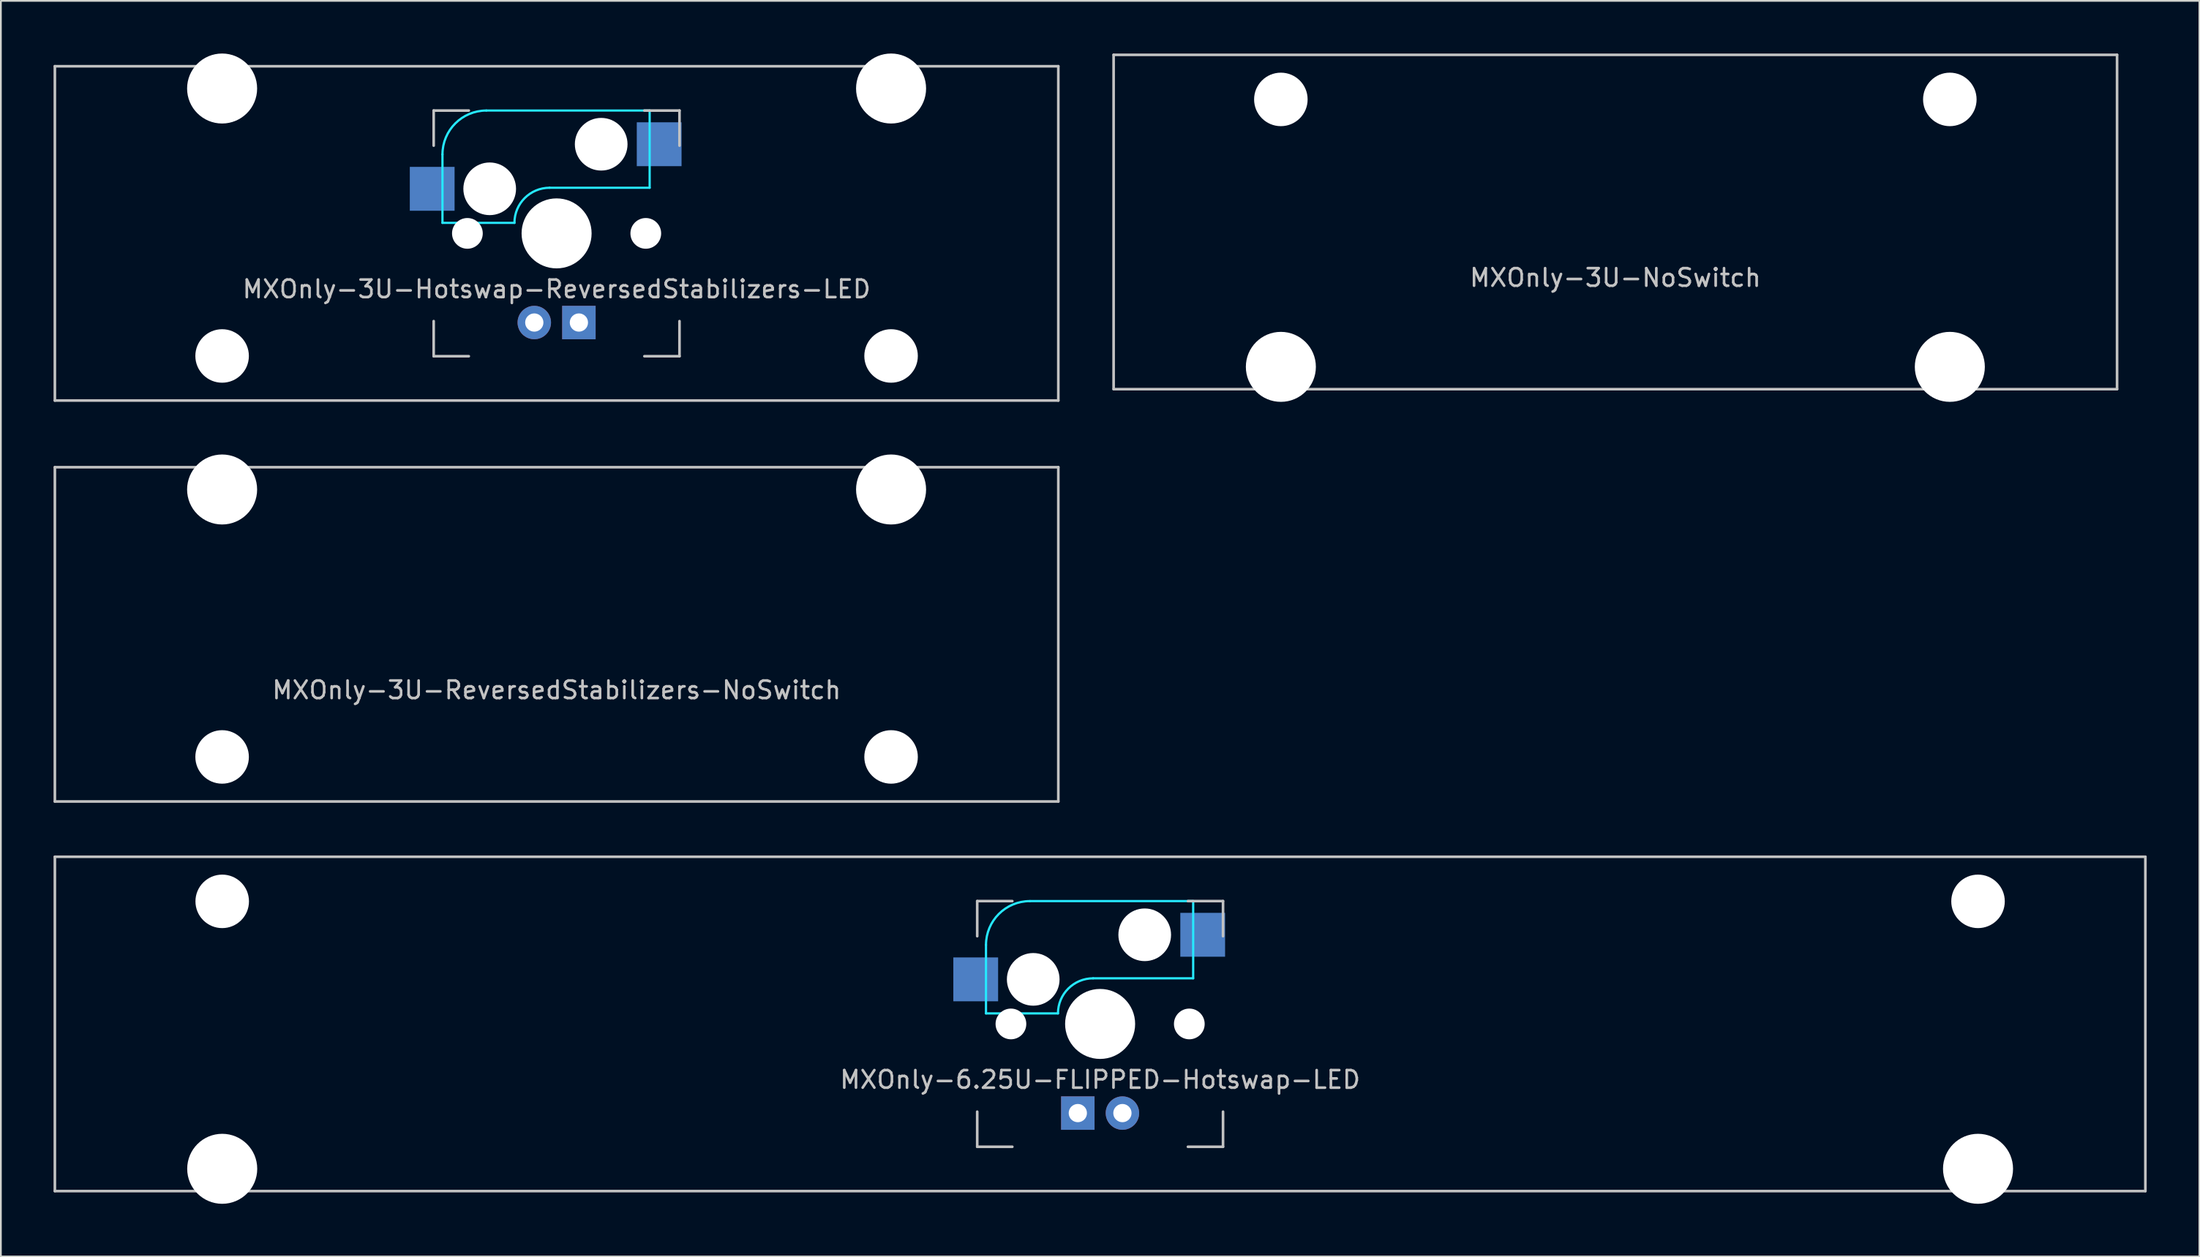
<source format=kicad_pcb>
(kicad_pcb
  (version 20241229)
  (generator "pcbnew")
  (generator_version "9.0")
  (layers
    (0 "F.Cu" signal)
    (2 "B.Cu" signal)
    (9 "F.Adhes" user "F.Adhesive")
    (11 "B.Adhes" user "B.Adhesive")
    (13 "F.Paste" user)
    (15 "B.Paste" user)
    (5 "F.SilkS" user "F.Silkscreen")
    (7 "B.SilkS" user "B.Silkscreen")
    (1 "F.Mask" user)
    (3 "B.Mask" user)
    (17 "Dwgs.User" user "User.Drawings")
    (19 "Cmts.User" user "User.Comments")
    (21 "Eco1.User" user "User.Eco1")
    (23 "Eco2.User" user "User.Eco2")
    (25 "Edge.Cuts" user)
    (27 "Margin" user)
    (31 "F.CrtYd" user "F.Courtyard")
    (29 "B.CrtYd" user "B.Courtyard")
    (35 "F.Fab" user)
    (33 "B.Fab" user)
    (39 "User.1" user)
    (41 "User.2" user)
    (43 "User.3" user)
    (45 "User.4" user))
  (footprint "MXOnly-3U-NoSwitch"
    (layer "F.Cu")
    (at 88.95 9.6)
    (property "Reference" "MXOnly-3U-NoSwitch" (at 0 3.175 0) (layer "Dwgs.User") (effects (font (size 1 1) (thickness 0.15))))
    (attr through_hole)
    (fp_line (start -28.575 -9.525) (end 28.575 -9.525) (stroke (width 0.15) (type solid)) (layer "Dwgs.User"))
    (fp_line (start -28.575 9.525) (end -28.575 -9.525) (stroke (width 0.15) (type solid)) (layer "Dwgs.User"))
    (fp_line (start -28.575 9.525) (end 28.575 9.525) (stroke (width 0.15) (type solid)) (layer "Dwgs.User"))
    (fp_line (start 28.575 -9.525) (end 28.575 9.525) (stroke (width 0.15) (type solid)) (layer "Dwgs.User"))
    (pad "" np_thru_hole circle (at -19.05 -6.985) (size 3.048 3.048) (drill 3.048) (layers "*.Cu" "*.Mask"))
    (pad "" np_thru_hole circle (at -19.05 8.255) (size 3.988 3.988) (drill 3.988) (layers "*.Cu" "*.Mask"))
    (pad "" np_thru_hole circle (at 19.05 -6.985) (size 3.048 3.048) (drill 3.048) (layers "*.Cu" "*.Mask"))
    (pad "" np_thru_hole circle (at 19.05 8.255) (size 3.988 3.988) (drill 3.988) (layers "*.Cu" "*.Mask")))
  (footprint "MXOnly-3U-ReversedStabilizers-NoSwitch"
    (layer "F.Cu")
    (at 28.65 33.098)
    (property "Reference" "MXOnly-3U-ReversedStabilizers-NoSwitch" (at 0 3.175 0) (layer "Dwgs.User") (effects (font (size 1 1) (thickness 0.15))))
    (attr through_hole)
    (fp_line (start -28.575 -9.525) (end 28.575 -9.525) (stroke (width 0.15) (type solid)) (layer "Dwgs.User"))
    (fp_line (start -28.575 9.525) (end -28.575 -9.525) (stroke (width 0.15) (type solid)) (layer "Dwgs.User"))
    (fp_line (start -28.575 9.525) (end 28.575 9.525) (stroke (width 0.15) (type solid)) (layer "Dwgs.User"))
    (fp_line (start 28.575 -9.525) (end 28.575 9.525) (stroke (width 0.15) (type solid)) (layer "Dwgs.User"))
    (pad "" np_thru_hole circle (at -19.05 -8.255) (size 3.988 3.988) (drill 3.988) (layers "*.Cu" "*.Mask"))
    (pad "" np_thru_hole circle (at -19.05 6.985) (size 3.048 3.048) (drill 3.048) (layers "*.Cu" "*.Mask"))
    (pad "" np_thru_hole circle (at 19.05 -8.255) (size 3.988 3.988) (drill 3.988) (layers "*.Cu" "*.Mask"))
    (pad "" np_thru_hole circle (at 19.05 6.985) (size 3.048 3.048) (drill 3.048) (layers "*.Cu" "*.Mask")))
  (footprint "MXOnly-6.25U-FLIPPED-Hotswap-LED"
    (layer "F.Cu")
    (at 59.606 55.298)
    (property "Reference" "MXOnly-6.25U-FLIPPED-Hotswap-LED" (at 0 3.175 0) (layer "Dwgs.User") (effects (font (size 1 1) (thickness 0.15))))
    (attr through_hole)
    (fp_line (start -59.531 -9.525) (end 59.531 -9.525) (stroke (width 0.15) (type solid)) (layer "Dwgs.User"))
    (fp_line (start -59.531 9.525) (end -59.531 -9.525) (stroke (width 0.15) (type solid)) (layer "Dwgs.User"))
    (fp_line (start -59.531 9.525) (end 59.531 9.525) (stroke (width 0.15) (type solid)) (layer "Dwgs.User"))
    (fp_line (start -7 -7) (end -7 -5) (stroke (width 0.15) (type solid)) (layer "Dwgs.User"))
    (fp_line (start -7 5) (end -7 7) (stroke (width 0.15) (type solid)) (layer "Dwgs.User"))
    (fp_line (start -7 7) (end -5 7) (stroke (width 0.15) (type solid)) (layer "Dwgs.User"))
    (fp_line (start -5 -7) (end -7 -7) (stroke (width 0.15) (type solid)) (layer "Dwgs.User"))
    (fp_line (start 5 -7) (end 7 -7) (stroke (width 0.15) (type solid)) (layer "Dwgs.User"))
    (fp_line (start 5 7) (end 7 7) (stroke (width 0.15) (type solid)) (layer "Dwgs.User"))
    (fp_line (start 7 -7) (end 7 -5) (stroke (width 0.15) (type solid)) (layer "Dwgs.User"))
    (fp_line (start 7 7) (end 7 5) (stroke (width 0.15) (type solid)) (layer "Dwgs.User"))
    (fp_line (start 59.531 -9.525) (end 59.531 9.525) (stroke (width 0.15) (type solid)) (layer "Dwgs.User"))
    (fp_line (start -6.5 -4.5) (end -6.5 -0.6) (stroke (width 0.127) (type solid)) (layer "B.CrtYd"))
    (fp_line (start -6.5 -0.6) (end -2.4 -0.6) (stroke (width 0.127) (type solid)) (layer "B.CrtYd"))
    (fp_line (start -0.4 -2.6) (end 5.3 -2.6) (stroke (width 0.127) (type solid)) (layer "B.CrtYd"))
    (fp_line (start 5.3 -7) (end -4 -7) (stroke (width 0.127) (type solid)) (layer "B.CrtYd"))
    (fp_line (start 5.3 -7) (end 5.3 -2.6) (stroke (width 0.127) (type solid)) (layer "B.CrtYd"))
    (fp_arc (start -6.5 -4.5) (mid -5.767767 -6.267767) (end -4 -7) (stroke (width 0.127) (type solid)) (layer "B.CrtYd"))
    (fp_arc (start -2.4 -0.6) (mid -1.814214 -2.014214) (end -0.4 -2.6) (stroke (width 0.127) (type solid)) (layer "B.CrtYd"))
    (pad "" np_thru_hole circle (at -50 -6.985) (size 3.048 3.048) (drill 3.048) (layers "*.Cu" "*.Mask"))
    (pad "" np_thru_hole circle (at -50 8.255) (size 3.988 3.988) (drill 3.988) (layers "*.Cu" "*.Mask"))
    (pad "" np_thru_hole circle (at -5.08 0 48.1) (size 1.75 1.75) (drill 1.75) (layers "*.Cu" "*.Mask"))
    (pad "" np_thru_hole circle (at -3.81 -2.54) (size 3 3) (drill 3) (layers "*.Cu" "*.Mask"))
    (pad "" np_thru_hole circle (at 0 0) (size 3.988 3.988) (drill 3.988) (layers "*.Cu" "*.Mask"))
    (pad "" np_thru_hole circle (at 2.54 -5.08) (size 3 3) (drill 3) (layers "*.Cu" "*.Mask"))
    (pad "" np_thru_hole circle (at 5.08 0 48.1) (size 1.75 1.75) (drill 1.75) (layers "*.Cu" "*.Mask"))
    (pad "" np_thru_hole circle (at 50 -6.985) (size 3.048 3.048) (drill 3.048) (layers "*.Cu" "*.Mask"))
    (pad "" np_thru_hole circle (at 50 8.255) (size 3.988 3.988) (drill 3.988) (layers "*.Cu" "*.Mask"))
    (pad "1" smd rect (at -7.085 -2.54) (size 2.55 2.5) (layers "B.Cu" "B.Mask" "B.Paste"))
    (pad "2" smd rect (at 5.842 -5.08) (size 2.55 2.5) (layers "B.Cu" "B.Mask" "B.Paste"))
    (pad "3" thru_hole circle (at 1.27 5.08 180) (size 1.905 1.905) (drill 1.04) (layers "*.Cu" "B.Mask"))
    (pad "4" thru_hole rect (at -1.27 5.08 180) (size 1.905 1.905) (drill 1.04) (layers "*.Cu" "B.Mask")))
  (footprint "MXOnly-3U-Hotswap-ReversedStabilizers-LED"
    (layer "F.Cu")
    (at 28.65 10.249)
    (property "Reference" "MXOnly-3U-Hotswap-ReversedStabilizers-LED" (at 0 3.175 0) (layer "Dwgs.User") (effects (font (size 1 1) (thickness 0.15))))
    (attr through_hole)
    (fp_line (start -28.575 -9.525) (end 28.575 -9.525) (stroke (width 0.15) (type solid)) (layer "Dwgs.User"))
    (fp_line (start -28.575 9.525) (end -28.575 -9.525) (stroke (width 0.15) (type solid)) (layer "Dwgs.User"))
    (fp_line (start -28.575 9.525) (end 28.575 9.525) (stroke (width 0.15) (type solid)) (layer "Dwgs.User"))
    (fp_line (start -7 -7) (end -7 -5) (stroke (width 0.15) (type solid)) (layer "Dwgs.User"))
    (fp_line (start -7 5) (end -7 7) (stroke (width 0.15) (type solid)) (layer "Dwgs.User"))
    (fp_line (start -7 7) (end -5 7) (stroke (width 0.15) (type solid)) (layer "Dwgs.User"))
    (fp_line (start -5 -7) (end -7 -7) (stroke (width 0.15) (type solid)) (layer "Dwgs.User"))
    (fp_line (start 5 -7) (end 7 -7) (stroke (width 0.15) (type solid)) (layer "Dwgs.User"))
    (fp_line (start 5 7) (end 7 7) (stroke (width 0.15) (type solid)) (layer "Dwgs.User"))
    (fp_line (start 7 -7) (end 7 -5) (stroke (width 0.15) (type solid)) (layer "Dwgs.User"))
    (fp_line (start 7 7) (end 7 5) (stroke (width 0.15) (type solid)) (layer "Dwgs.User"))
    (fp_line (start 28.575 -9.525) (end 28.575 9.525) (stroke (width 0.15) (type solid)) (layer "Dwgs.User"))
    (fp_line (start -6.5 -4.5) (end -6.5 -0.6) (stroke (width 0.127) (type solid)) (layer "B.CrtYd"))
    (fp_line (start -6.5 -0.6) (end -2.4 -0.6) (stroke (width 0.127) (type solid)) (layer "B.CrtYd"))
    (fp_line (start -0.4 -2.6) (end 5.3 -2.6) (stroke (width 0.127) (type solid)) (layer "B.CrtYd"))
    (fp_line (start 5.3 -7) (end -4 -7) (stroke (width 0.127) (type solid)) (layer "B.CrtYd"))
    (fp_line (start 5.3 -7) (end 5.3 -2.6) (stroke (width 0.127) (type solid)) (layer "B.CrtYd"))
    (fp_arc (start -6.5 -4.5) (mid -5.767767 -6.267767) (end -4 -7) (stroke (width 0.127) (type solid)) (layer "B.CrtYd"))
    (fp_arc (start -2.4 -0.6) (mid -1.814214 -2.014214) (end -0.4 -2.6) (stroke (width 0.127) (type solid)) (layer "B.CrtYd"))
    (pad "" np_thru_hole circle (at -19.05 -8.255) (size 3.988 3.988) (drill 3.988) (layers "*.Cu" "*.Mask"))
    (pad "" np_thru_hole circle (at -19.05 6.985) (size 3.048 3.048) (drill 3.048) (layers "*.Cu" "*.Mask"))
    (pad "" np_thru_hole circle (at -5.08 0 48.1) (size 1.75 1.75) (drill 1.75) (layers "*.Cu" "*.Mask"))
    (pad "" np_thru_hole circle (at -3.81 -2.54) (size 3 3) (drill 3) (layers "*.Cu" "*.Mask"))
    (pad "" np_thru_hole circle (at 0 0) (size 3.988 3.988) (drill 3.988) (layers "*.Cu" "*.Mask"))
    (pad "" np_thru_hole circle (at 2.54 -5.08) (size 3 3) (drill 3) (layers "*.Cu" "*.Mask"))
    (pad "" np_thru_hole circle (at 5.08 0 48.1) (size 1.75 1.75) (drill 1.75) (layers "*.Cu" "*.Mask"))
    (pad "" np_thru_hole circle (at 19.05 -8.255) (size 3.988 3.988) (drill 3.988) (layers "*.Cu" "*.Mask"))
    (pad "" np_thru_hole circle (at 19.05 6.985) (size 3.048 3.048) (drill 3.048) (layers "*.Cu" "*.Mask"))
    (pad "1" smd rect (at -7.085 -2.54) (size 2.55 2.5) (layers "B.Cu" "B.Mask" "B.Paste"))
    (pad "2" smd rect (at 5.842 -5.08) (size 2.55 2.5) (layers "B.Cu" "B.Mask" "B.Paste"))
    (pad "3" thru_hole circle (at -1.27 5.08 180) (size 1.905 1.905) (drill 1.04) (layers "*.Cu" "B.Mask"))
    (pad "4" thru_hole rect (at 1.27 5.08 180) (size 1.905 1.905) (drill 1.04) (layers "*.Cu" "B.Mask")))
  (gr_rect
    (start -3 -3)
    (end 122.213 68.547)
    (stroke (width 0.1) (type default))
    (fill no)
    (layer "Edge.Cuts")))
</source>
